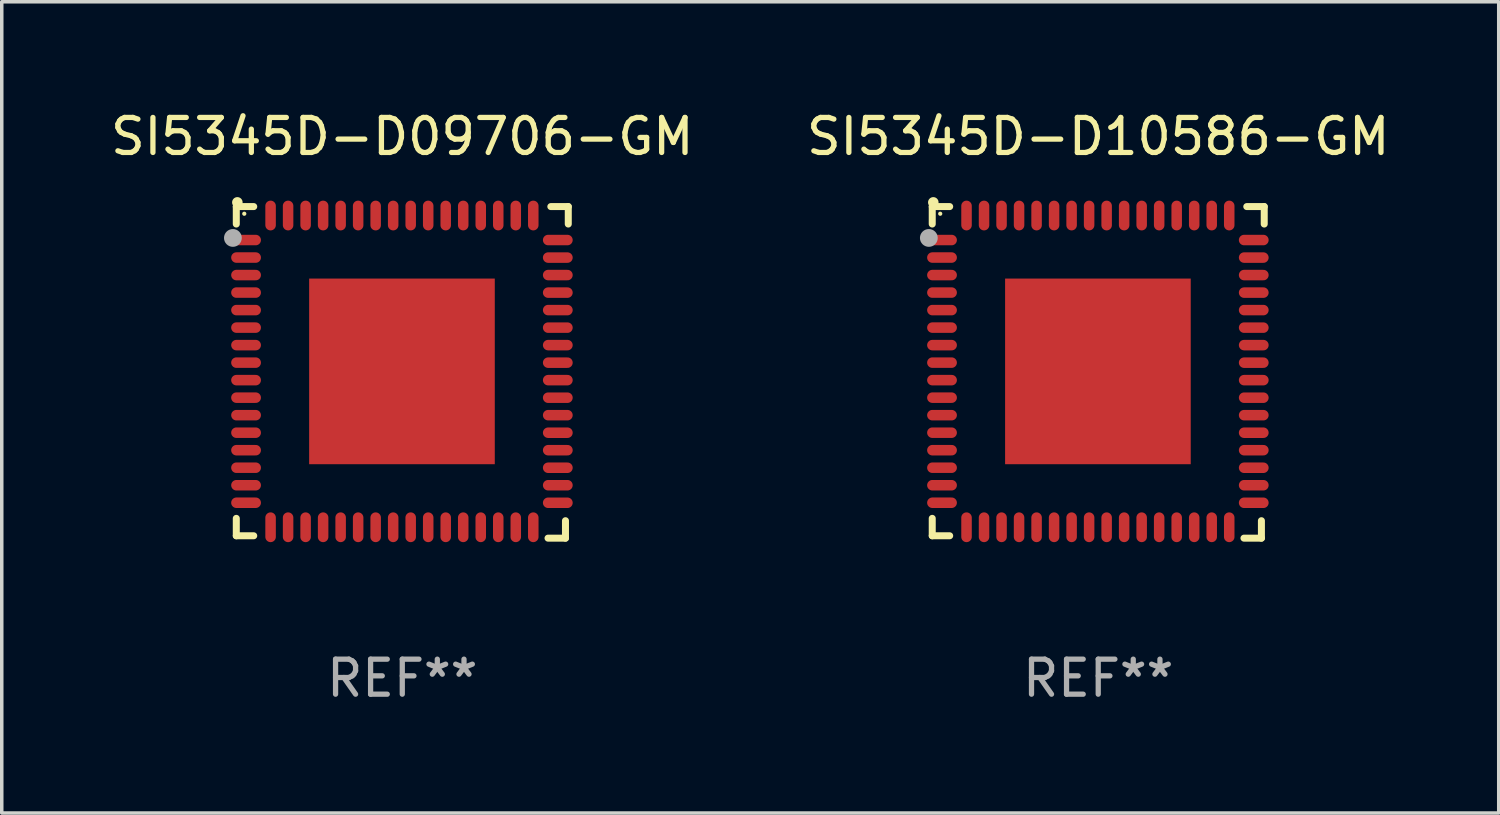
<source format=kicad_pcb>
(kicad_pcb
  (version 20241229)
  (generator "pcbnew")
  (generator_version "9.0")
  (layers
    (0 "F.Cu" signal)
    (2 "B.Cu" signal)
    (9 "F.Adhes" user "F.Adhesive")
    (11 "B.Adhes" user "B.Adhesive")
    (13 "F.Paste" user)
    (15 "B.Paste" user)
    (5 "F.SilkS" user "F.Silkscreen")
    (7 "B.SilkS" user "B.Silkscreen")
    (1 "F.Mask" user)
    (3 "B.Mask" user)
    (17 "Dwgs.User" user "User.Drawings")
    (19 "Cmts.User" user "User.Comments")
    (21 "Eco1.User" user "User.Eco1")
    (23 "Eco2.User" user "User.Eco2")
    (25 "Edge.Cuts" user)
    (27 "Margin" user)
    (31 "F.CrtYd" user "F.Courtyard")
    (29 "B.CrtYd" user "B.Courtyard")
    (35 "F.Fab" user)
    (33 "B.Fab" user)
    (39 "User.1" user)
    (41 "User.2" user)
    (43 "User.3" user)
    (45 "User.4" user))
  (footprint "SI5345D-D10586-GM"
    (layer "F.Cu")
    (at 28.304 7.581)
    (property "Reference" "SI5345D-D10586-GM" (at 0 -6.733 0) (layer "F.SilkS") (effects (font (size 1 1) (thickness 0.15))))
    (attr through_hole)
    (fp_line (start -4.739 -4.733) (end -4.241 -4.733) (stroke (width 0.2) (type solid)) (layer "F.SilkS"))
    (fp_line (start -4.739 -4.235) (end -4.739 -4.733) (stroke (width 0.2) (type solid)) (layer "F.SilkS"))
    (fp_line (start -4.739 4.168) (end -4.739 4.665) (stroke (width 0.2) (type solid)) (layer "F.SilkS"))
    (fp_line (start -4.739 4.665) (end -4.241 4.665) (stroke (width 0.2) (type solid)) (layer "F.SilkS"))
    (fp_line (start 4.161 4.733) (end 4.659 4.733) (stroke (width 0.2) (type solid)) (layer "F.SilkS"))
    (fp_line (start 4.241 -4.733) (end 4.739 -4.733) (stroke (width 0.2) (type solid)) (layer "F.SilkS"))
    (fp_line (start 4.659 4.733) (end 4.659 4.235) (stroke (width 0.2) (type solid)) (layer "F.SilkS"))
    (fp_line (start 4.739 -4.733) (end 4.739 -4.235) (stroke (width 0.2) (type solid)) (layer "F.SilkS"))
    (fp_arc (start -4.708623 -4.85108) (mid -4.708628 -4.85235) (end -4.708623 -4.85362) (stroke (width 0.3) (type solid)) (layer "F.SilkS"))
    (fp_circle (center -4.511 -4.529) (end -4.481 -4.529) (stroke (width 0.06) (type solid)) (fill no) (layer "F.SilkS"))
    (fp_circle (center -4.836 -3.838) (end -4.709 -3.838) (stroke (width 0.254) (type solid)) (fill no) (layer "F.Fab"))
    (fp_text user "REF**" (at 0 8.733 0) (layer "F.Fab") (effects (font (size 1 1) (thickness 0.15))))
    (pad "1" smd oval (at -4.46 -3.778) (size 0.85 0.3) (layers "F.Cu" "F.Mask" "F.Paste"))
    (pad "2" smd oval (at -4.46 -3.278) (size 0.85 0.3) (layers "F.Cu" "F.Mask" "F.Paste"))
    (pad "3" smd oval (at -4.46 -2.778) (size 0.85 0.3) (layers "F.Cu" "F.Mask" "F.Paste"))
    (pad "4" smd oval (at -4.46 -2.278) (size 0.85 0.3) (layers "F.Cu" "F.Mask" "F.Paste"))
    (pad "5" smd oval (at -4.46 -1.778) (size 0.85 0.3) (layers "F.Cu" "F.Mask" "F.Paste"))
    (pad "6" smd oval (at -4.46 -1.278) (size 0.85 0.3) (layers "F.Cu" "F.Mask" "F.Paste"))
    (pad "7" smd oval (at -4.46 -0.778) (size 0.85 0.3) (layers "F.Cu" "F.Mask" "F.Paste"))
    (pad "8" smd oval (at -4.46 -0.278) (size 0.85 0.3) (layers "F.Cu" "F.Mask" "F.Paste"))
    (pad "9" smd oval (at -4.46 0.222) (size 0.85 0.3) (layers "F.Cu" "F.Mask" "F.Paste"))
    (pad "10" smd oval (at -4.46 0.722) (size 0.85 0.3) (layers "F.Cu" "F.Mask" "F.Paste"))
    (pad "11" smd oval (at -4.46 1.222) (size 0.85 0.3) (layers "F.Cu" "F.Mask" "F.Paste"))
    (pad "12" smd oval (at -4.46 1.722) (size 0.85 0.3) (layers "F.Cu" "F.Mask" "F.Paste"))
    (pad "13" smd oval (at -4.46 2.222) (size 0.85 0.3) (layers "F.Cu" "F.Mask" "F.Paste"))
    (pad "14" smd oval (at -4.46 2.722) (size 0.85 0.3) (layers "F.Cu" "F.Mask" "F.Paste"))
    (pad "15" smd oval (at -4.46 3.222) (size 0.85 0.3) (layers "F.Cu" "F.Mask" "F.Paste"))
    (pad "16" smd oval (at -4.46 3.722) (size 0.85 0.3) (layers "F.Cu" "F.Mask" "F.Paste"))
    (pad "17" smd oval (at -3.76 4.422) (size 0.3 0.85) (layers "F.Cu" "F.Mask" "F.Paste"))
    (pad "18" smd oval (at -3.26 4.422) (size 0.3 0.85) (layers "F.Cu" "F.Mask" "F.Paste"))
    (pad "19" smd oval (at -2.76 4.422) (size 0.3 0.85) (layers "F.Cu" "F.Mask" "F.Paste"))
    (pad "20" smd oval (at -2.26 4.422) (size 0.3 0.85) (layers "F.Cu" "F.Mask" "F.Paste"))
    (pad "21" smd oval (at -1.76 4.422) (size 0.3 0.85) (layers "F.Cu" "F.Mask" "F.Paste"))
    (pad "22" smd oval (at -1.26 4.422) (size 0.3 0.85) (layers "F.Cu" "F.Mask" "F.Paste"))
    (pad "23" smd oval (at -0.76 4.422) (size 0.3 0.85) (layers "F.Cu" "F.Mask" "F.Paste"))
    (pad "24" smd oval (at -0.26 4.422) (size 0.3 0.85) (layers "F.Cu" "F.Mask" "F.Paste"))
    (pad "25" smd oval (at 0.24 4.422) (size 0.3 0.85) (layers "F.Cu" "F.Mask" "F.Paste"))
    (pad "26" smd oval (at 0.74 4.422) (size 0.3 0.85) (layers "F.Cu" "F.Mask" "F.Paste"))
    (pad "27" smd oval (at 1.24 4.422) (size 0.3 0.85) (layers "F.Cu" "F.Mask" "F.Paste"))
    (pad "28" smd oval (at 1.74 4.422) (size 0.3 0.85) (layers "F.Cu" "F.Mask" "F.Paste"))
    (pad "29" smd oval (at 2.24 4.422) (size 0.3 0.85) (layers "F.Cu" "F.Mask" "F.Paste"))
    (pad "30" smd oval (at 2.74 4.422) (size 0.3 0.85) (layers "F.Cu" "F.Mask" "F.Paste"))
    (pad "31" smd oval (at 3.24 4.422) (size 0.3 0.85) (layers "F.Cu" "F.Mask" "F.Paste"))
    (pad "32" smd oval (at 3.74 4.422) (size 0.3 0.85) (layers "F.Cu" "F.Mask" "F.Paste"))
    (pad "33" smd oval (at 4.44 3.723) (size 0.85 0.3) (layers "F.Cu" "F.Mask" "F.Paste"))
    (pad "34" smd oval (at 4.44 3.222) (size 0.85 0.3) (layers "F.Cu" "F.Mask" "F.Paste"))
    (pad "35" smd oval (at 4.44 2.723) (size 0.85 0.3) (layers "F.Cu" "F.Mask" "F.Paste"))
    (pad "36" smd oval (at 4.44 2.222) (size 0.85 0.3) (layers "F.Cu" "F.Mask" "F.Paste"))
    (pad "37" smd oval (at 4.44 1.723) (size 0.85 0.3) (layers "F.Cu" "F.Mask" "F.Paste"))
    (pad "38" smd oval (at 4.44 1.222) (size 0.85 0.3) (layers "F.Cu" "F.Mask" "F.Paste"))
    (pad "39" smd oval (at 4.44 0.723) (size 0.85 0.3) (layers "F.Cu" "F.Mask" "F.Paste"))
    (pad "40" smd oval (at 4.44 0.222) (size 0.85 0.3) (layers "F.Cu" "F.Mask" "F.Paste"))
    (pad "41" smd oval (at 4.44 -0.277) (size 0.85 0.3) (layers "F.Cu" "F.Mask" "F.Paste"))
    (pad "42" smd oval (at 4.44 -0.778) (size 0.85 0.3) (layers "F.Cu" "F.Mask" "F.Paste"))
    (pad "43" smd oval (at 4.44 -1.277) (size 0.85 0.3) (layers "F.Cu" "F.Mask" "F.Paste"))
    (pad "44" smd oval (at 4.44 -1.778) (size 0.85 0.3) (layers "F.Cu" "F.Mask" "F.Paste"))
    (pad "45" smd oval (at 4.44 -2.277) (size 0.85 0.3) (layers "F.Cu" "F.Mask" "F.Paste"))
    (pad "46" smd oval (at 4.44 -2.778) (size 0.85 0.3) (layers "F.Cu" "F.Mask" "F.Paste"))
    (pad "47" smd oval (at 4.44 -3.277) (size 0.85 0.3) (layers "F.Cu" "F.Mask" "F.Paste"))
    (pad "48" smd oval (at 4.44 -3.778) (size 0.85 0.3) (layers "F.Cu" "F.Mask" "F.Paste"))
    (pad "49" smd oval (at 3.74 -4.478) (size 0.3 0.85) (layers "F.Cu" "F.Mask" "F.Paste"))
    (pad "50" smd oval (at 3.24 -4.478) (size 0.3 0.85) (layers "F.Cu" "F.Mask" "F.Paste"))
    (pad "51" smd oval (at 2.74 -4.478) (size 0.3 0.85) (layers "F.Cu" "F.Mask" "F.Paste"))
    (pad "52" smd oval (at 2.24 -4.478) (size 0.3 0.85) (layers "F.Cu" "F.Mask" "F.Paste"))
    (pad "53" smd oval (at 1.74 -4.478) (size 0.3 0.85) (layers "F.Cu" "F.Mask" "F.Paste"))
    (pad "54" smd oval (at 1.24 -4.478) (size 0.3 0.85) (layers "F.Cu" "F.Mask" "F.Paste"))
    (pad "55" smd oval (at 0.74 -4.478) (size 0.3 0.85) (layers "F.Cu" "F.Mask" "F.Paste"))
    (pad "56" smd oval (at 0.24 -4.478) (size 0.3 0.85) (layers "F.Cu" "F.Mask" "F.Paste"))
    (pad "57" smd oval (at -0.26 -4.478) (size 0.3 0.85) (layers "F.Cu" "F.Mask" "F.Paste"))
    (pad "58" smd oval (at -0.76 -4.478) (size 0.3 0.85) (layers "F.Cu" "F.Mask" "F.Paste"))
    (pad "59" smd oval (at -1.26 -4.478) (size 0.3 0.85) (layers "F.Cu" "F.Mask" "F.Paste"))
    (pad "60" smd oval (at -1.76 -4.478) (size 0.3 0.85) (layers "F.Cu" "F.Mask" "F.Paste"))
    (pad "61" smd oval (at -2.26 -4.478) (size 0.3 0.85) (layers "F.Cu" "F.Mask" "F.Paste"))
    (pad "62" smd oval (at -2.76 -4.478) (size 0.3 0.85) (layers "F.Cu" "F.Mask" "F.Paste"))
    (pad "63" smd oval (at -3.26 -4.478) (size 0.3 0.85) (layers "F.Cu" "F.Mask" "F.Paste"))
    (pad "64" smd oval (at -3.76 -4.478) (size 0.3 0.85) (layers "F.Cu" "F.Mask" "F.Paste"))
    (pad "65" smd rect (at -0.009 -0.028 90) (size 5.3 5.3) (layers "F.Cu" "F.Mask" "F.Paste")))
  (footprint "SI5345D-D09706-GM"
    (layer "F.Cu")
    (at 8.435 7.581)
    (property "Reference" "SI5345D-D09706-GM" (at 0 -6.733 0) (layer "F.SilkS") (effects (font (size 1 1) (thickness 0.15))))
    (attr through_hole)
    (fp_line (start -4.739 -4.733) (end -4.241 -4.733) (stroke (width 0.2) (type solid)) (layer "F.SilkS"))
    (fp_line (start -4.739 -4.235) (end -4.739 -4.733) (stroke (width 0.2) (type solid)) (layer "F.SilkS"))
    (fp_line (start -4.739 4.168) (end -4.739 4.665) (stroke (width 0.2) (type solid)) (layer "F.SilkS"))
    (fp_line (start -4.739 4.665) (end -4.241 4.665) (stroke (width 0.2) (type solid)) (layer "F.SilkS"))
    (fp_line (start 4.161 4.733) (end 4.659 4.733) (stroke (width 0.2) (type solid)) (layer "F.SilkS"))
    (fp_line (start 4.241 -4.733) (end 4.739 -4.733) (stroke (width 0.2) (type solid)) (layer "F.SilkS"))
    (fp_line (start 4.659 4.733) (end 4.659 4.235) (stroke (width 0.2) (type solid)) (layer "F.SilkS"))
    (fp_line (start 4.739 -4.733) (end 4.739 -4.235) (stroke (width 0.2) (type solid)) (layer "F.SilkS"))
    (fp_arc (start -4.708623 -4.85108) (mid -4.708628 -4.85235) (end -4.708623 -4.85362) (stroke (width 0.3) (type solid)) (layer "F.SilkS"))
    (fp_circle (center -4.511 -4.529) (end -4.481 -4.529) (stroke (width 0.06) (type solid)) (fill no) (layer "F.SilkS"))
    (fp_circle (center -4.836 -3.838) (end -4.709 -3.838) (stroke (width 0.254) (type solid)) (fill no) (layer "F.Fab"))
    (fp_text user "REF**" (at 0 8.733 0) (layer "F.Fab") (effects (font (size 1 1) (thickness 0.15))))
    (pad "1" smd oval (at -4.46 -3.778) (size 0.85 0.3) (layers "F.Cu" "F.Mask" "F.Paste"))
    (pad "2" smd oval (at -4.46 -3.278) (size 0.85 0.3) (layers "F.Cu" "F.Mask" "F.Paste"))
    (pad "3" smd oval (at -4.46 -2.778) (size 0.85 0.3) (layers "F.Cu" "F.Mask" "F.Paste"))
    (pad "4" smd oval (at -4.46 -2.278) (size 0.85 0.3) (layers "F.Cu" "F.Mask" "F.Paste"))
    (pad "5" smd oval (at -4.46 -1.778) (size 0.85 0.3) (layers "F.Cu" "F.Mask" "F.Paste"))
    (pad "6" smd oval (at -4.46 -1.278) (size 0.85 0.3) (layers "F.Cu" "F.Mask" "F.Paste"))
    (pad "7" smd oval (at -4.46 -0.778) (size 0.85 0.3) (layers "F.Cu" "F.Mask" "F.Paste"))
    (pad "8" smd oval (at -4.46 -0.278) (size 0.85 0.3) (layers "F.Cu" "F.Mask" "F.Paste"))
    (pad "9" smd oval (at -4.46 0.222) (size 0.85 0.3) (layers "F.Cu" "F.Mask" "F.Paste"))
    (pad "10" smd oval (at -4.46 0.722) (size 0.85 0.3) (layers "F.Cu" "F.Mask" "F.Paste"))
    (pad "11" smd oval (at -4.46 1.222) (size 0.85 0.3) (layers "F.Cu" "F.Mask" "F.Paste"))
    (pad "12" smd oval (at -4.46 1.722) (size 0.85 0.3) (layers "F.Cu" "F.Mask" "F.Paste"))
    (pad "13" smd oval (at -4.46 2.222) (size 0.85 0.3) (layers "F.Cu" "F.Mask" "F.Paste"))
    (pad "14" smd oval (at -4.46 2.722) (size 0.85 0.3) (layers "F.Cu" "F.Mask" "F.Paste"))
    (pad "15" smd oval (at -4.46 3.222) (size 0.85 0.3) (layers "F.Cu" "F.Mask" "F.Paste"))
    (pad "16" smd oval (at -4.46 3.722) (size 0.85 0.3) (layers "F.Cu" "F.Mask" "F.Paste"))
    (pad "17" smd oval (at -3.76 4.422) (size 0.3 0.85) (layers "F.Cu" "F.Mask" "F.Paste"))
    (pad "18" smd oval (at -3.26 4.422) (size 0.3 0.85) (layers "F.Cu" "F.Mask" "F.Paste"))
    (pad "19" smd oval (at -2.76 4.422) (size 0.3 0.85) (layers "F.Cu" "F.Mask" "F.Paste"))
    (pad "20" smd oval (at -2.26 4.422) (size 0.3 0.85) (layers "F.Cu" "F.Mask" "F.Paste"))
    (pad "21" smd oval (at -1.76 4.422) (size 0.3 0.85) (layers "F.Cu" "F.Mask" "F.Paste"))
    (pad "22" smd oval (at -1.26 4.422) (size 0.3 0.85) (layers "F.Cu" "F.Mask" "F.Paste"))
    (pad "23" smd oval (at -0.76 4.422) (size 0.3 0.85) (layers "F.Cu" "F.Mask" "F.Paste"))
    (pad "24" smd oval (at -0.26 4.422) (size 0.3 0.85) (layers "F.Cu" "F.Mask" "F.Paste"))
    (pad "25" smd oval (at 0.24 4.422) (size 0.3 0.85) (layers "F.Cu" "F.Mask" "F.Paste"))
    (pad "26" smd oval (at 0.74 4.422) (size 0.3 0.85) (layers "F.Cu" "F.Mask" "F.Paste"))
    (pad "27" smd oval (at 1.24 4.422) (size 0.3 0.85) (layers "F.Cu" "F.Mask" "F.Paste"))
    (pad "28" smd oval (at 1.74 4.422) (size 0.3 0.85) (layers "F.Cu" "F.Mask" "F.Paste"))
    (pad "29" smd oval (at 2.24 4.422) (size 0.3 0.85) (layers "F.Cu" "F.Mask" "F.Paste"))
    (pad "30" smd oval (at 2.74 4.422) (size 0.3 0.85) (layers "F.Cu" "F.Mask" "F.Paste"))
    (pad "31" smd oval (at 3.24 4.422) (size 0.3 0.85) (layers "F.Cu" "F.Mask" "F.Paste"))
    (pad "32" smd oval (at 3.74 4.422) (size 0.3 0.85) (layers "F.Cu" "F.Mask" "F.Paste"))
    (pad "33" smd oval (at 4.44 3.723) (size 0.85 0.3) (layers "F.Cu" "F.Mask" "F.Paste"))
    (pad "34" smd oval (at 4.44 3.222) (size 0.85 0.3) (layers "F.Cu" "F.Mask" "F.Paste"))
    (pad "35" smd oval (at 4.44 2.723) (size 0.85 0.3) (layers "F.Cu" "F.Mask" "F.Paste"))
    (pad "36" smd oval (at 4.44 2.222) (size 0.85 0.3) (layers "F.Cu" "F.Mask" "F.Paste"))
    (pad "37" smd oval (at 4.44 1.723) (size 0.85 0.3) (layers "F.Cu" "F.Mask" "F.Paste"))
    (pad "38" smd oval (at 4.44 1.222) (size 0.85 0.3) (layers "F.Cu" "F.Mask" "F.Paste"))
    (pad "39" smd oval (at 4.44 0.723) (size 0.85 0.3) (layers "F.Cu" "F.Mask" "F.Paste"))
    (pad "40" smd oval (at 4.44 0.222) (size 0.85 0.3) (layers "F.Cu" "F.Mask" "F.Paste"))
    (pad "41" smd oval (at 4.44 -0.277) (size 0.85 0.3) (layers "F.Cu" "F.Mask" "F.Paste"))
    (pad "42" smd oval (at 4.44 -0.778) (size 0.85 0.3) (layers "F.Cu" "F.Mask" "F.Paste"))
    (pad "43" smd oval (at 4.44 -1.277) (size 0.85 0.3) (layers "F.Cu" "F.Mask" "F.Paste"))
    (pad "44" smd oval (at 4.44 -1.778) (size 0.85 0.3) (layers "F.Cu" "F.Mask" "F.Paste"))
    (pad "45" smd oval (at 4.44 -2.277) (size 0.85 0.3) (layers "F.Cu" "F.Mask" "F.Paste"))
    (pad "46" smd oval (at 4.44 -2.778) (size 0.85 0.3) (layers "F.Cu" "F.Mask" "F.Paste"))
    (pad "47" smd oval (at 4.44 -3.277) (size 0.85 0.3) (layers "F.Cu" "F.Mask" "F.Paste"))
    (pad "48" smd oval (at 4.44 -3.778) (size 0.85 0.3) (layers "F.Cu" "F.Mask" "F.Paste"))
    (pad "49" smd oval (at 3.74 -4.478) (size 0.3 0.85) (layers "F.Cu" "F.Mask" "F.Paste"))
    (pad "50" smd oval (at 3.24 -4.478) (size 0.3 0.85) (layers "F.Cu" "F.Mask" "F.Paste"))
    (pad "51" smd oval (at 2.74 -4.478) (size 0.3 0.85) (layers "F.Cu" "F.Mask" "F.Paste"))
    (pad "52" smd oval (at 2.24 -4.478) (size 0.3 0.85) (layers "F.Cu" "F.Mask" "F.Paste"))
    (pad "53" smd oval (at 1.74 -4.478) (size 0.3 0.85) (layers "F.Cu" "F.Mask" "F.Paste"))
    (pad "54" smd oval (at 1.24 -4.478) (size 0.3 0.85) (layers "F.Cu" "F.Mask" "F.Paste"))
    (pad "55" smd oval (at 0.74 -4.478) (size 0.3 0.85) (layers "F.Cu" "F.Mask" "F.Paste"))
    (pad "56" smd oval (at 0.24 -4.478) (size 0.3 0.85) (layers "F.Cu" "F.Mask" "F.Paste"))
    (pad "57" smd oval (at -0.26 -4.478) (size 0.3 0.85) (layers "F.Cu" "F.Mask" "F.Paste"))
    (pad "58" smd oval (at -0.76 -4.478) (size 0.3 0.85) (layers "F.Cu" "F.Mask" "F.Paste"))
    (pad "59" smd oval (at -1.26 -4.478) (size 0.3 0.85) (layers "F.Cu" "F.Mask" "F.Paste"))
    (pad "60" smd oval (at -1.76 -4.478) (size 0.3 0.85) (layers "F.Cu" "F.Mask" "F.Paste"))
    (pad "61" smd oval (at -2.26 -4.478) (size 0.3 0.85) (layers "F.Cu" "F.Mask" "F.Paste"))
    (pad "62" smd oval (at -2.76 -4.478) (size 0.3 0.85) (layers "F.Cu" "F.Mask" "F.Paste"))
    (pad "63" smd oval (at -3.26 -4.478) (size 0.3 0.85) (layers "F.Cu" "F.Mask" "F.Paste"))
    (pad "64" smd oval (at -3.76 -4.478) (size 0.3 0.85) (layers "F.Cu" "F.Mask" "F.Paste"))
    (pad "65" smd rect (at -0.009 -0.028 90) (size 5.3 5.3) (layers "F.Cu" "F.Mask" "F.Paste")))
  (gr_rect
    (start -3 -3)
    (end 39.738 20.162)
    (stroke (width 0.1) (type default))
    (fill no)
    (layer "Edge.Cuts")))
</source>
